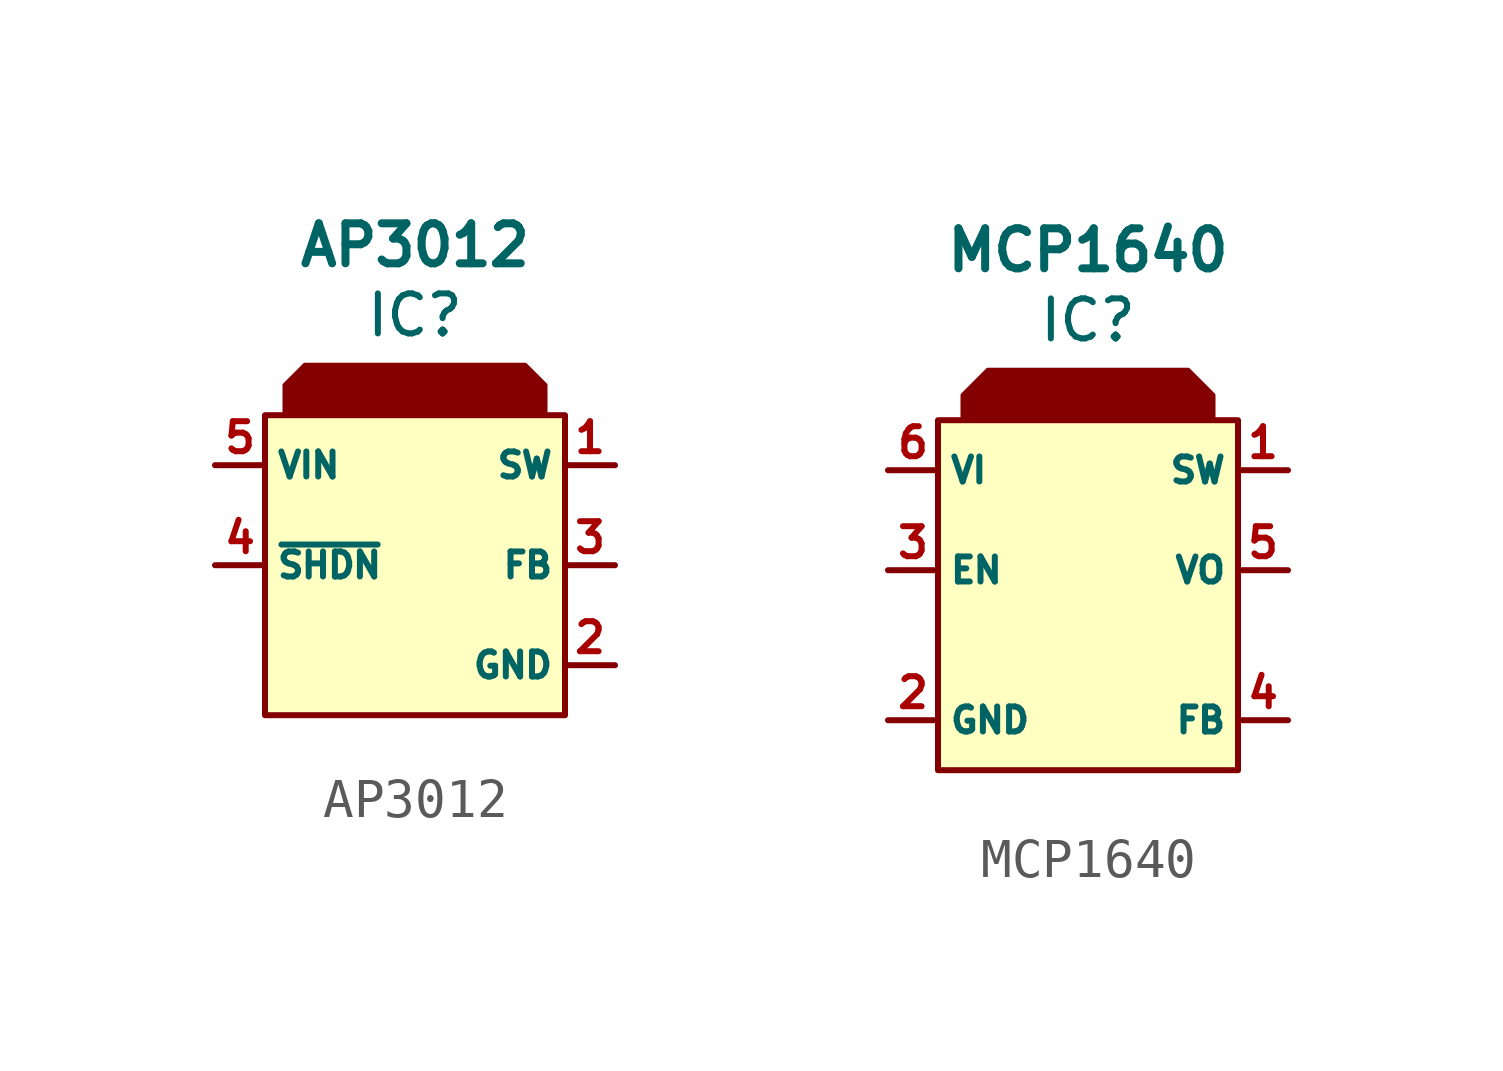
<source format=kicad_sym>
(kicad_symbol_lib
  (version 20220914)
  (generator kicad_symbol_editor)
  (symbol "AP3012"
    (pin_names
      (offset 0.254))
    (property "Reference" "IC"
      (at 0 6.35 0)
      (effects (font (size 1.016 1.016))))
    (property "Value" "AP3012"
      (at 0 8.128 0)
      (effects (font (size 1.016 1.016) bold)))
    (symbol "AP3012_0_1"
      (rectangle (start -3.81 3.81) (end 3.81 -3.81) (stroke (width 0) (type solid)) (fill (type background)))
      (polyline (pts (xy 3.302 3.81) (xy 3.302 4.572) (xy 2.794 5.08) (xy -2.794 5.08) (xy -3.302 4.572) (xy -3.302 3.81)) (stroke (width 0.127) (type solid)) (fill (type outline))))
    (symbol "AP3012_1_1"
      (pin power_out line (at 5.08 2.54 180) (length 1.27) (name "SW" (effects (font (size 0.635 0.635)))) (number "1" (effects (font (size 0.762 0.762)))))
      (pin power_in line (at 5.08 -2.54 180) (length 1.27) (name "GND" (effects (font (size 0.635 0.635)))) (number "2" (effects (font (size 0.762 0.762)))))
      (pin input line (at 5.08 0 180) (length 1.27) (name "FB" (effects (font (size 0.635 0.635)))) (number "3" (effects (font (size 0.762 0.762)))))
      (pin passive line (at -5.08 0 0) (length 1.27) (name "~{SHDN}" (effects (font (size 0.635 0.635)))) (number "4" (effects (font (size 0.762 0.762)))))
      (pin power_in line (at -5.08 2.54 0) (length 1.27) (name "VIN" (effects (font (size 0.635 0.635)))) (number "5" (effects (font (size 0.762 0.762)))))))
  (symbol "MCP1640"
    (pin_names
      (offset 0.254))
    (property "Reference" "IC"
      (at 0 6.35 0)
      (effects (font (size 1.016 1.016))))
    (property "Value" "MCP1640"
      (at 0 8.128 0)
      (effects (font (size 1.016 1.016) bold)))
    (symbol "MCP1640_0_1"
      (rectangle (start -3.81 3.81) (end 3.81 -5.08) (stroke (width 0) (type solid)) (fill (type background))))
    (symbol "MCP1640_1_1"
      (polyline (pts (xy -3.175 3.81) (xy -3.175 4.445) (xy -2.54 5.08) (xy 2.54 5.08) (xy 3.175 4.445) (xy 3.175 3.81)) (stroke (width 0.127) (type solid)) (fill (type outline)))
      (pin power_out line (at 5.08 2.54 180) (length 1.27) (name "SW" (effects (font (size 0.635 0.635)))) (number "1" (effects (font (size 0.762 0.762)))))
      (pin power_in line (at -5.08 -3.81 0) (length 1.27) (name "GND" (effects (font (size 0.635 0.635)))) (number "2" (effects (font (size 0.762 0.762)))))
      (pin input line (at -5.08 0 0) (length 1.27) (name "EN" (effects (font (size 0.635 0.635)))) (number "3" (effects (font (size 0.762 0.762)))))
      (pin passive line (at 5.08 -3.81 180) (length 1.27) (name "FB" (effects (font (size 0.635 0.635)))) (number "4" (effects (font (size 0.762 0.762)))))
      (pin power_out line (at 5.08 0 180) (length 1.27) (name "VO" (effects (font (size 0.635 0.635)))) (number "5" (effects (font (size 0.762 0.762)))))
      (pin power_in line (at -5.08 2.54 0) (length 1.27) (name "VI" (effects (font (size 0.635 0.635)))) (number "6" (effects (font (size 0.762 0.762))))))))
</source>
